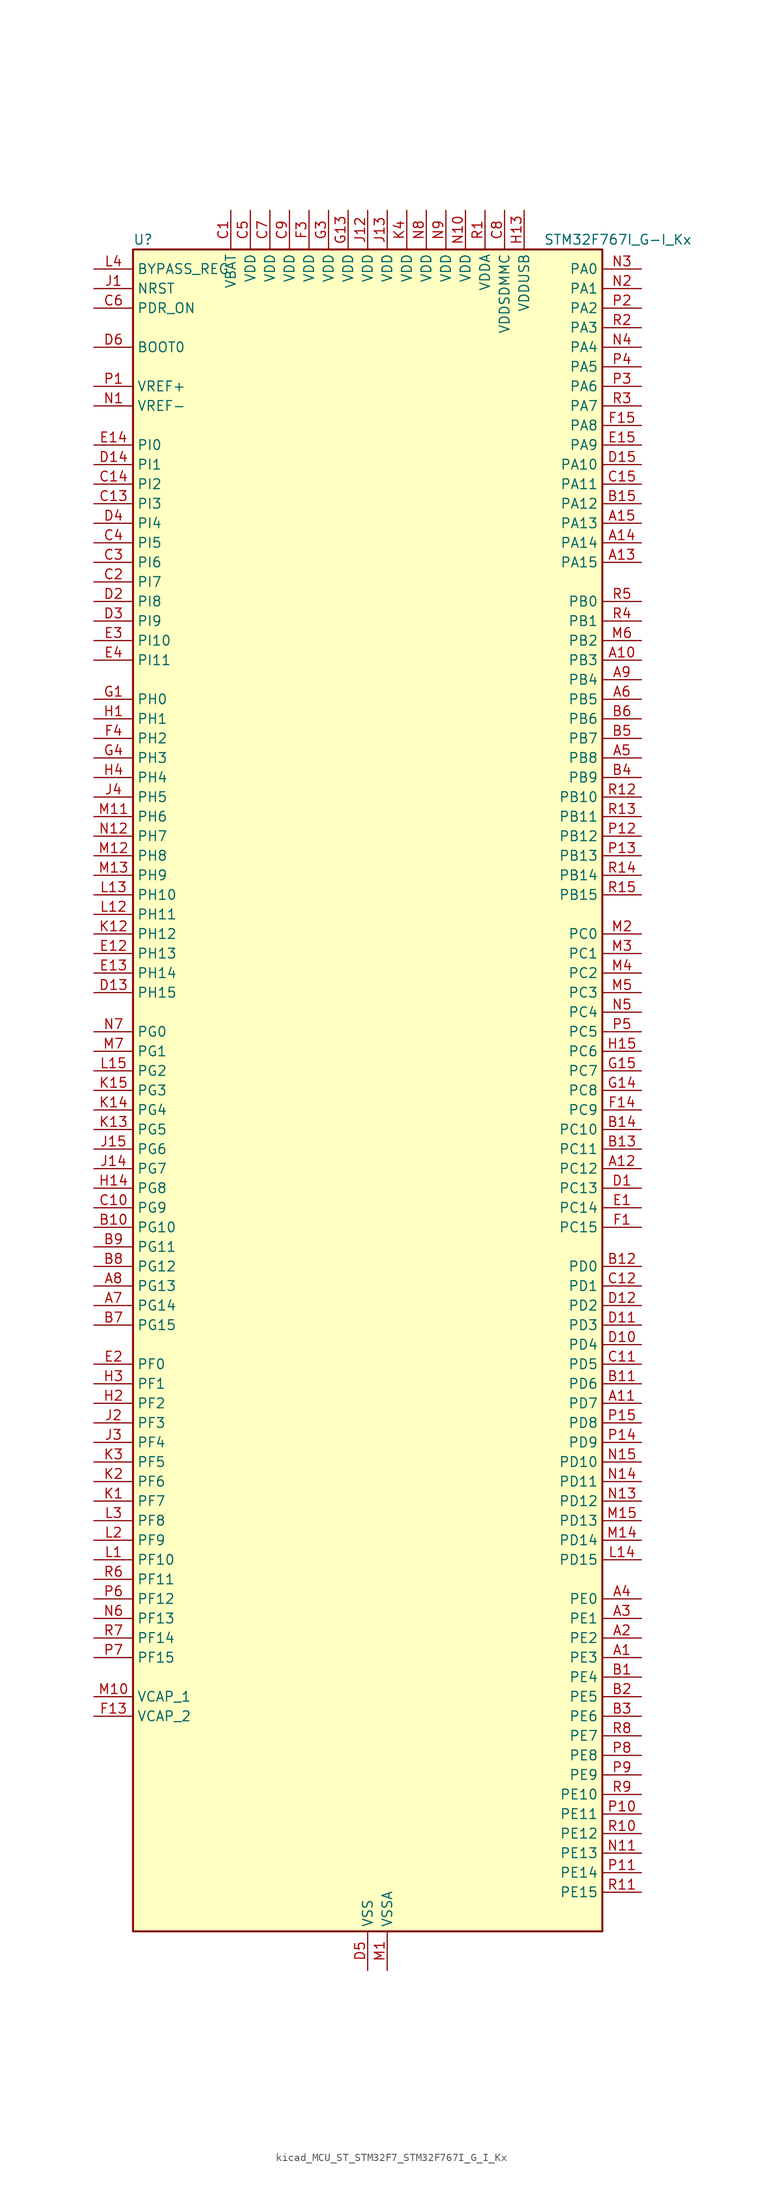
<source format=kicad_sym>
(kicad_symbol_lib
  (version 20220914)
  (generator kicad_symbol_editor)
  (symbol "kicad_MCU_ST_STM32F7_STM32F767I_G_I_Kx"
    (property "Reference" "U"
      (at -30.48 110.49 0)
      (effects (font (size 1.27 1.27)) (justify left)))
    (property "Value" "STM32F767I_G-I_Kx"
      (at 22.86 110.49 0)
      (effects (font (size 1.27 1.27)) (justify left)))
    (property "ki_locked" ""
      (at 0 0 0)
      (effects (font (size 1.27 1.27))))
    (symbol "kicad_MCU_ST_STM32F7_STM32F767I_G_I_Kx_0_1"
      (rectangle (start -30.48 -109.22) (end 30.48 109.22) (stroke (width 0.254) (type default)) (fill (type background))))
    (symbol "kicad_MCU_ST_STM32F7_STM32F767I_G_I_Kx_1_1"
      (pin bidirectional line (at 35.56 -73.66 180) (length 5.08) (name "PE3" (effects (font (size 1.27 1.27)))) (number "A1" (effects (font (size 1.27 1.27)))) (alternate "FMC_A19" bidirectional line) (alternate "SAI1_SD_B" bidirectional line) (alternate "SYS_TRACED0" bidirectional line))
      (pin bidirectional line (at 35.56 55.88 180) (length 5.08) (name "PB3" (effects (font (size 1.27 1.27)))) (number "A10" (effects (font (size 1.27 1.27)))) (alternate "CAN3_RX" bidirectional line) (alternate "I2S1_CK" bidirectional line) (alternate "I2S3_CK" bidirectional line) (alternate "SDMMC2_D2" bidirectional line) (alternate "SPI1_SCK" bidirectional line) (alternate "SPI3_SCK" bidirectional line) (alternate "SPI6_SCK" bidirectional line) (alternate "SYS_JTDO-SWO" bidirectional line) (alternate "TIM2_CH2" bidirectional line) (alternate "UART7_RX" bidirectional line))
      (pin bidirectional line (at 35.56 -40.64 180) (length 5.08) (name "PD7" (effects (font (size 1.27 1.27)))) (number "A11" (effects (font (size 1.27 1.27)))) (alternate "DFSDM1_CKIN1" bidirectional line) (alternate "DFSDM1_DATIN4" bidirectional line) (alternate "FMC_NE1" bidirectional line) (alternate "I2S1_SD" bidirectional line) (alternate "SDMMC2_CMD" bidirectional line) (alternate "SPDIFRX_IN0" bidirectional line) (alternate "SPI1_MOSI" bidirectional line) (alternate "USART2_CK" bidirectional line))
      (pin bidirectional line (at 35.56 -10.16 180) (length 5.08) (name "PC12" (effects (font (size 1.27 1.27)))) (number "A12" (effects (font (size 1.27 1.27)))) (alternate "DCMI_D9" bidirectional line) (alternate "I2S3_SD" bidirectional line) (alternate "SDMMC1_CK" bidirectional line) (alternate "SPI3_MOSI" bidirectional line) (alternate "SYS_TRACED3" bidirectional line) (alternate "UART5_TX" bidirectional line) (alternate "USART3_CK" bidirectional line))
      (pin bidirectional line (at 35.56 68.58 180) (length 5.08) (name "PA15" (effects (font (size 1.27 1.27)))) (number "A13" (effects (font (size 1.27 1.27)))) (alternate "CAN3_TX" bidirectional line) (alternate "CEC" bidirectional line) (alternate "I2S1_WS" bidirectional line) (alternate "I2S3_WS" bidirectional line) (alternate "SPI1_NSS" bidirectional line) (alternate "SPI3_NSS" bidirectional line) (alternate "SPI6_NSS" bidirectional line) (alternate "SYS_JTDI" bidirectional line) (alternate "TIM2_CH1" bidirectional line) (alternate "TIM2_ETR" bidirectional line) (alternate "UART4_DE" bidirectional line) (alternate "UART4_RTS" bidirectional line) (alternate "UART7_TX" bidirectional line))
      (pin bidirectional line (at 35.56 71.12 180) (length 5.08) (name "PA14" (effects (font (size 1.27 1.27)))) (number "A14" (effects (font (size 1.27 1.27)))) (alternate "SYS_JTCK-SWCLK" bidirectional line))
      (pin bidirectional line (at 35.56 73.66 180) (length 5.08) (name "PA13" (effects (font (size 1.27 1.27)))) (number "A15" (effects (font (size 1.27 1.27)))) (alternate "SYS_JTMS-SWDIO" bidirectional line))
      (pin bidirectional line (at 35.56 -71.12 180) (length 5.08) (name "PE2" (effects (font (size 1.27 1.27)))) (number "A2" (effects (font (size 1.27 1.27)))) (alternate "ETH_TXD3" bidirectional line) (alternate "FMC_A23" bidirectional line) (alternate "QUADSPI_BK1_IO2" bidirectional line) (alternate "SAI1_MCLK_A" bidirectional line) (alternate "SPI4_SCK" bidirectional line) (alternate "SYS_TRACECLK" bidirectional line))
      (pin bidirectional line (at 35.56 -68.58 180) (length 5.08) (name "PE1" (effects (font (size 1.27 1.27)))) (number "A3" (effects (font (size 1.27 1.27)))) (alternate "DCMI_D3" bidirectional line) (alternate "FMC_NBL1" bidirectional line) (alternate "LPTIM1_IN2" bidirectional line) (alternate "UART8_TX" bidirectional line))
      (pin bidirectional line (at 35.56 -66.04 180) (length 5.08) (name "PE0" (effects (font (size 1.27 1.27)))) (number "A4" (effects (font (size 1.27 1.27)))) (alternate "DCMI_D2" bidirectional line) (alternate "FMC_NBL0" bidirectional line) (alternate "LPTIM1_ETR" bidirectional line) (alternate "SAI2_MCLK_A" bidirectional line) (alternate "TIM4_ETR" bidirectional line) (alternate "UART8_RX" bidirectional line))
      (pin bidirectional line (at 35.56 43.18 180) (length 5.08) (name "PB8" (effects (font (size 1.27 1.27)))) (number "A5" (effects (font (size 1.27 1.27)))) (alternate "CAN1_RX" bidirectional line) (alternate "DCMI_D6" bidirectional line) (alternate "DFSDM1_CKIN7" bidirectional line) (alternate "ETH_TXD3" bidirectional line) (alternate "I2C1_SCL" bidirectional line) (alternate "I2C4_SCL" bidirectional line) (alternate "LTDC_B6" bidirectional line) (alternate "SDMMC1_D4" bidirectional line) (alternate "SDMMC2_D4" bidirectional line) (alternate "TIM10_CH1" bidirectional line) (alternate "TIM4_CH3" bidirectional line) (alternate "UART5_RX" bidirectional line))
      (pin bidirectional line (at 35.56 50.8 180) (length 5.08) (name "PB5" (effects (font (size 1.27 1.27)))) (number "A6" (effects (font (size 1.27 1.27)))) (alternate "CAN2_RX" bidirectional line) (alternate "DCMI_D10" bidirectional line) (alternate "ETH_PPS_OUT" bidirectional line) (alternate "FMC_SDCKE1" bidirectional line) (alternate "I2C1_SMBA" bidirectional line) (alternate "I2S1_SD" bidirectional line) (alternate "I2S3_SD" bidirectional line) (alternate "LTDC_G7" bidirectional line) (alternate "SPI1_MOSI" bidirectional line) (alternate "SPI3_MOSI" bidirectional line) (alternate "SPI6_MOSI" bidirectional line) (alternate "TIM3_CH2" bidirectional line) (alternate "UART5_RX" bidirectional line) (alternate "USB_OTG_HS_ULPI_D7" bidirectional line))
      (pin bidirectional line (at -35.56 -27.94 0) (length 5.08) (name "PG14" (effects (font (size 1.27 1.27)))) (number "A7" (effects (font (size 1.27 1.27)))) (alternate "ETH_TXD1" bidirectional line) (alternate "FMC_A25" bidirectional line) (alternate "LPTIM1_ETR" bidirectional line) (alternate "LTDC_B0" bidirectional line) (alternate "QUADSPI_BK2_IO3" bidirectional line) (alternate "SPI6_MOSI" bidirectional line) (alternate "SYS_TRACED1" bidirectional line) (alternate "USART6_TX" bidirectional line))
      (pin bidirectional line (at -35.56 -25.4 0) (length 5.08) (name "PG13" (effects (font (size 1.27 1.27)))) (number "A8" (effects (font (size 1.27 1.27)))) (alternate "ETH_TXD0" bidirectional line) (alternate "FMC_A24" bidirectional line) (alternate "LPTIM1_OUT" bidirectional line) (alternate "LTDC_R0" bidirectional line) (alternate "SPI6_SCK" bidirectional line) (alternate "SYS_TRACED0" bidirectional line) (alternate "USART6_CTS" bidirectional line))
      (pin bidirectional line (at 35.56 53.34 180) (length 5.08) (name "PB4" (effects (font (size 1.27 1.27)))) (number "A9" (effects (font (size 1.27 1.27)))) (alternate "CAN3_TX" bidirectional line) (alternate "I2S2_WS" bidirectional line) (alternate "SDMMC2_D3" bidirectional line) (alternate "SPI1_MISO" bidirectional line) (alternate "SPI2_NSS" bidirectional line) (alternate "SPI3_MISO" bidirectional line) (alternate "SPI6_MISO" bidirectional line) (alternate "SYS_JTRST" bidirectional line) (alternate "TIM3_CH1" bidirectional line) (alternate "UART7_TX" bidirectional line))
      (pin bidirectional line (at 35.56 -76.2 180) (length 5.08) (name "PE4" (effects (font (size 1.27 1.27)))) (number "B1" (effects (font (size 1.27 1.27)))) (alternate "DCMI_D4" bidirectional line) (alternate "DFSDM1_DATIN3" bidirectional line) (alternate "FMC_A20" bidirectional line) (alternate "LTDC_B0" bidirectional line) (alternate "SAI1_FS_A" bidirectional line) (alternate "SPI4_NSS" bidirectional line) (alternate "SYS_TRACED1" bidirectional line))
      (pin bidirectional line (at -35.56 -17.78 0) (length 5.08) (name "PG10" (effects (font (size 1.27 1.27)))) (number "B10" (effects (font (size 1.27 1.27)))) (alternate "DCMI_D2" bidirectional line) (alternate "FMC_NE3" bidirectional line) (alternate "I2S1_WS" bidirectional line) (alternate "LTDC_B2" bidirectional line) (alternate "LTDC_G3" bidirectional line) (alternate "SAI2_SD_B" bidirectional line) (alternate "SDMMC2_D1" bidirectional line) (alternate "SPI1_NSS" bidirectional line))
      (pin bidirectional line (at 35.56 -38.1 180) (length 5.08) (name "PD6" (effects (font (size 1.27 1.27)))) (number "B11" (effects (font (size 1.27 1.27)))) (alternate "DCMI_D10" bidirectional line) (alternate "DFSDM1_CKIN4" bidirectional line) (alternate "DFSDM1_DATIN1" bidirectional line) (alternate "FMC_NWAIT" bidirectional line) (alternate "I2S3_SD" bidirectional line) (alternate "LTDC_B2" bidirectional line) (alternate "SAI1_SD_A" bidirectional line) (alternate "SDMMC2_CK" bidirectional line) (alternate "SPI3_MOSI" bidirectional line) (alternate "USART2_RX" bidirectional line))
      (pin bidirectional line (at 35.56 -22.86 180) (length 5.08) (name "PD0" (effects (font (size 1.27 1.27)))) (number "B12" (effects (font (size 1.27 1.27)))) (alternate "CAN1_RX" bidirectional line) (alternate "DFSDM1_CKIN6" bidirectional line) (alternate "DFSDM1_DATIN7" bidirectional line) (alternate "FMC_D2" bidirectional line) (alternate "FMC_DA2" bidirectional line) (alternate "UART4_RX" bidirectional line))
      (pin bidirectional line (at 35.56 -7.62 180) (length 5.08) (name "PC11" (effects (font (size 1.27 1.27)))) (number "B13" (effects (font (size 1.27 1.27)))) (alternate "ADC1_EXTI11" bidirectional line) (alternate "ADC2_EXTI11" bidirectional line) (alternate "ADC3_EXTI11" bidirectional line) (alternate "DCMI_D4" bidirectional line) (alternate "DFSDM1_DATIN5" bidirectional line) (alternate "QUADSPI_BK2_NCS" bidirectional line) (alternate "SDMMC1_D3" bidirectional line) (alternate "SPI3_MISO" bidirectional line) (alternate "UART4_RX" bidirectional line) (alternate "USART3_RX" bidirectional line))
      (pin bidirectional line (at 35.56 -5.08 180) (length 5.08) (name "PC10" (effects (font (size 1.27 1.27)))) (number "B14" (effects (font (size 1.27 1.27)))) (alternate "DCMI_D8" bidirectional line) (alternate "DFSDM1_CKIN5" bidirectional line) (alternate "I2S3_CK" bidirectional line) (alternate "LTDC_R2" bidirectional line) (alternate "QUADSPI_BK1_IO1" bidirectional line) (alternate "SDMMC1_D2" bidirectional line) (alternate "SPI3_SCK" bidirectional line) (alternate "UART4_TX" bidirectional line) (alternate "USART3_TX" bidirectional line))
      (pin bidirectional line (at 35.56 76.2 180) (length 5.08) (name "PA12" (effects (font (size 1.27 1.27)))) (number "B15" (effects (font (size 1.27 1.27)))) (alternate "CAN1_TX" bidirectional line) (alternate "I2S2_CK" bidirectional line) (alternate "LTDC_R5" bidirectional line) (alternate "SAI2_FS_B" bidirectional line) (alternate "SPI2_SCK" bidirectional line) (alternate "TIM1_ETR" bidirectional line) (alternate "UART4_TX" bidirectional line) (alternate "USART1_DE" bidirectional line) (alternate "USART1_RTS" bidirectional line) (alternate "USB_OTG_FS_DP" bidirectional line))
      (pin bidirectional line (at 35.56 -78.74 180) (length 5.08) (name "PE5" (effects (font (size 1.27 1.27)))) (number "B2" (effects (font (size 1.27 1.27)))) (alternate "DCMI_D6" bidirectional line) (alternate "DFSDM1_CKIN3" bidirectional line) (alternate "FMC_A21" bidirectional line) (alternate "LTDC_G0" bidirectional line) (alternate "SAI1_SCK_A" bidirectional line) (alternate "SPI4_MISO" bidirectional line) (alternate "SYS_TRACED2" bidirectional line) (alternate "TIM9_CH1" bidirectional line))
      (pin bidirectional line (at 35.56 -81.28 180) (length 5.08) (name "PE6" (effects (font (size 1.27 1.27)))) (number "B3" (effects (font (size 1.27 1.27)))) (alternate "DCMI_D7" bidirectional line) (alternate "FMC_A22" bidirectional line) (alternate "LTDC_G1" bidirectional line) (alternate "SAI1_SD_A" bidirectional line) (alternate "SAI2_MCLK_B" bidirectional line) (alternate "SPI4_MOSI" bidirectional line) (alternate "SYS_TRACED3" bidirectional line) (alternate "TIM1_BKIN2" bidirectional line) (alternate "TIM9_CH2" bidirectional line))
      (pin bidirectional line (at 35.56 40.64 180) (length 5.08) (name "PB9" (effects (font (size 1.27 1.27)))) (number "B4" (effects (font (size 1.27 1.27)))) (alternate "CAN1_TX" bidirectional line) (alternate "DAC_EXTI9" bidirectional line) (alternate "DCMI_D7" bidirectional line) (alternate "DFSDM1_DATIN7" bidirectional line) (alternate "I2C1_SDA" bidirectional line) (alternate "I2C4_SDA" bidirectional line) (alternate "I2C4_SMBA" bidirectional line) (alternate "I2S2_WS" bidirectional line) (alternate "LTDC_B7" bidirectional line) (alternate "SDMMC1_D5" bidirectional line) (alternate "SDMMC2_D5" bidirectional line) (alternate "SPI2_NSS" bidirectional line) (alternate "TIM11_CH1" bidirectional line) (alternate "TIM4_CH4" bidirectional line) (alternate "UART5_TX" bidirectional line))
      (pin bidirectional line (at 35.56 45.72 180) (length 5.08) (name "PB7" (effects (font (size 1.27 1.27)))) (number "B5" (effects (font (size 1.27 1.27)))) (alternate "DCMI_VSYNC" bidirectional line) (alternate "DFSDM1_CKIN5" bidirectional line) (alternate "FMC_NL" bidirectional line) (alternate "I2C1_SDA" bidirectional line) (alternate "I2C4_SDA" bidirectional line) (alternate "TIM4_CH2" bidirectional line) (alternate "USART1_RX" bidirectional line))
      (pin bidirectional line (at 35.56 48.26 180) (length 5.08) (name "PB6" (effects (font (size 1.27 1.27)))) (number "B6" (effects (font (size 1.27 1.27)))) (alternate "CAN2_TX" bidirectional line) (alternate "CEC" bidirectional line) (alternate "DCMI_D5" bidirectional line) (alternate "DFSDM1_DATIN5" bidirectional line) (alternate "FMC_SDNE1" bidirectional line) (alternate "I2C1_SCL" bidirectional line) (alternate "I2C4_SCL" bidirectional line) (alternate "QUADSPI_BK1_NCS" bidirectional line) (alternate "TIM4_CH1" bidirectional line) (alternate "UART5_TX" bidirectional line) (alternate "USART1_TX" bidirectional line))
      (pin bidirectional line (at -35.56 -30.48 0) (length 5.08) (name "PG15" (effects (font (size 1.27 1.27)))) (number "B7" (effects (font (size 1.27 1.27)))) (alternate "DCMI_D13" bidirectional line) (alternate "FMC_SDNCAS" bidirectional line) (alternate "USART6_CTS" bidirectional line))
      (pin bidirectional line (at -35.56 -22.86 0) (length 5.08) (name "PG12" (effects (font (size 1.27 1.27)))) (number "B8" (effects (font (size 1.27 1.27)))) (alternate "FMC_NE4" bidirectional line) (alternate "LPTIM1_IN1" bidirectional line) (alternate "LTDC_B1" bidirectional line) (alternate "LTDC_B4" bidirectional line) (alternate "SDMMC2_D3" bidirectional line) (alternate "SPDIFRX_IN1" bidirectional line) (alternate "SPI6_MISO" bidirectional line) (alternate "USART6_DE" bidirectional line) (alternate "USART6_RTS" bidirectional line))
      (pin bidirectional line (at -35.56 -20.32 0) (length 5.08) (name "PG11" (effects (font (size 1.27 1.27)))) (number "B9" (effects (font (size 1.27 1.27)))) (alternate "ADC1_EXTI11" bidirectional line) (alternate "ADC2_EXTI11" bidirectional line) (alternate "ADC3_EXTI11" bidirectional line) (alternate "DCMI_D3" bidirectional line) (alternate "ETH_TX_EN" bidirectional line) (alternate "I2S1_CK" bidirectional line) (alternate "LTDC_B3" bidirectional line) (alternate "SDMMC2_D2" bidirectional line) (alternate "SPDIFRX_IN0" bidirectional line) (alternate "SPI1_SCK" bidirectional line))
      (pin power_in line (at -17.78 114.3 270) (length 5.08) (name "VBAT" (effects (font (size 1.27 1.27)))) (number "C1" (effects (font (size 1.27 1.27)))))
      (pin bidirectional line (at -35.56 -15.24 0) (length 5.08) (name "PG9" (effects (font (size 1.27 1.27)))) (number "C10" (effects (font (size 1.27 1.27)))) (alternate "DAC_EXTI9" bidirectional line) (alternate "DCMI_VSYNC" bidirectional line) (alternate "FMC_NCE" bidirectional line) (alternate "FMC_NE2" bidirectional line) (alternate "QUADSPI_BK2_IO2" bidirectional line) (alternate "SAI2_FS_B" bidirectional line) (alternate "SDMMC2_D0" bidirectional line) (alternate "SPDIFRX_IN3" bidirectional line) (alternate "SPI1_MISO" bidirectional line) (alternate "USART6_RX" bidirectional line))
      (pin bidirectional line (at 35.56 -35.56 180) (length 5.08) (name "PD5" (effects (font (size 1.27 1.27)))) (number "C11" (effects (font (size 1.27 1.27)))) (alternate "FMC_NWE" bidirectional line) (alternate "USART2_TX" bidirectional line))
      (pin bidirectional line (at 35.56 -25.4 180) (length 5.08) (name "PD1" (effects (font (size 1.27 1.27)))) (number "C12" (effects (font (size 1.27 1.27)))) (alternate "CAN1_TX" bidirectional line) (alternate "DFSDM1_CKIN7" bidirectional line) (alternate "DFSDM1_DATIN6" bidirectional line) (alternate "FMC_D3" bidirectional line) (alternate "FMC_DA3" bidirectional line) (alternate "UART4_TX" bidirectional line))
      (pin bidirectional line (at -35.56 76.2 0) (length 5.08) (name "PI3" (effects (font (size 1.27 1.27)))) (number "C13" (effects (font (size 1.27 1.27)))) (alternate "DCMI_D10" bidirectional line) (alternate "FMC_D27" bidirectional line) (alternate "I2S2_SD" bidirectional line) (alternate "SPI2_MOSI" bidirectional line) (alternate "TIM8_ETR" bidirectional line))
      (pin bidirectional line (at -35.56 78.74 0) (length 5.08) (name "PI2" (effects (font (size 1.27 1.27)))) (number "C14" (effects (font (size 1.27 1.27)))) (alternate "DCMI_D9" bidirectional line) (alternate "FMC_D26" bidirectional line) (alternate "LTDC_G7" bidirectional line) (alternate "SPI2_MISO" bidirectional line) (alternate "TIM8_CH4" bidirectional line))
      (pin bidirectional line (at 35.56 78.74 180) (length 5.08) (name "PA11" (effects (font (size 1.27 1.27)))) (number "C15" (effects (font (size 1.27 1.27)))) (alternate "ADC1_EXTI11" bidirectional line) (alternate "ADC2_EXTI11" bidirectional line) (alternate "ADC3_EXTI11" bidirectional line) (alternate "CAN1_RX" bidirectional line) (alternate "I2S2_WS" bidirectional line) (alternate "LTDC_R4" bidirectional line) (alternate "SPI2_NSS" bidirectional line) (alternate "TIM1_CH4" bidirectional line) (alternate "UART4_RX" bidirectional line) (alternate "USART1_CTS" bidirectional line) (alternate "USB_OTG_FS_DM" bidirectional line))
      (pin bidirectional line (at -35.56 66.04 0) (length 5.08) (name "PI7" (effects (font (size 1.27 1.27)))) (number "C2" (effects (font (size 1.27 1.27)))) (alternate "DCMI_D7" bidirectional line) (alternate "FMC_D29" bidirectional line) (alternate "LTDC_B7" bidirectional line) (alternate "SAI2_FS_A" bidirectional line) (alternate "TIM8_CH3" bidirectional line))
      (pin bidirectional line (at -35.56 68.58 0) (length 5.08) (name "PI6" (effects (font (size 1.27 1.27)))) (number "C3" (effects (font (size 1.27 1.27)))) (alternate "DCMI_D6" bidirectional line) (alternate "FMC_D28" bidirectional line) (alternate "LTDC_B6" bidirectional line) (alternate "SAI2_SD_A" bidirectional line) (alternate "TIM8_CH2" bidirectional line))
      (pin bidirectional line (at -35.56 71.12 0) (length 5.08) (name "PI5" (effects (font (size 1.27 1.27)))) (number "C4" (effects (font (size 1.27 1.27)))) (alternate "DCMI_VSYNC" bidirectional line) (alternate "FMC_NBL3" bidirectional line) (alternate "LTDC_B5" bidirectional line) (alternate "SAI2_SCK_A" bidirectional line) (alternate "TIM8_CH1" bidirectional line))
      (pin power_in line (at -15.24 114.3 270) (length 5.08) (name "VDD" (effects (font (size 1.27 1.27)))) (number "C5" (effects (font (size 1.27 1.27)))))
      (pin input line (at -35.56 101.6 0) (length 5.08) (name "PDR_ON" (effects (font (size 1.27 1.27)))) (number "C6" (effects (font (size 1.27 1.27)))))
      (pin power_in line (at -12.7 114.3 270) (length 5.08) (name "VDD" (effects (font (size 1.27 1.27)))) (number "C7" (effects (font (size 1.27 1.27)))))
      (pin power_in line (at 17.78 114.3 270) (length 5.08) (name "VDDSDMMC" (effects (font (size 1.27 1.27)))) (number "C8" (effects (font (size 1.27 1.27)))))
      (pin power_in line (at -10.16 114.3 270) (length 5.08) (name "VDD" (effects (font (size 1.27 1.27)))) (number "C9" (effects (font (size 1.27 1.27)))))
      (pin bidirectional line (at 35.56 -12.7 180) (length 5.08) (name "PC13" (effects (font (size 1.27 1.27)))) (number "D1" (effects (font (size 1.27 1.27)))) (alternate "RTC_OUT" bidirectional line) (alternate "RTC_TAMP1" bidirectional line) (alternate "RTC_TS" bidirectional line) (alternate "SYS_WKUP4" bidirectional line))
      (pin bidirectional line (at 35.56 -33.02 180) (length 5.08) (name "PD4" (effects (font (size 1.27 1.27)))) (number "D10" (effects (font (size 1.27 1.27)))) (alternate "DFSDM1_CKIN0" bidirectional line) (alternate "FMC_NOE" bidirectional line) (alternate "USART2_DE" bidirectional line) (alternate "USART2_RTS" bidirectional line))
      (pin bidirectional line (at 35.56 -30.48 180) (length 5.08) (name "PD3" (effects (font (size 1.27 1.27)))) (number "D11" (effects (font (size 1.27 1.27)))) (alternate "DCMI_D5" bidirectional line) (alternate "DFSDM1_CKOUT" bidirectional line) (alternate "DFSDM1_DATIN0" bidirectional line) (alternate "FMC_CLK" bidirectional line) (alternate "I2S2_CK" bidirectional line) (alternate "LTDC_G7" bidirectional line) (alternate "SPI2_SCK" bidirectional line) (alternate "USART2_CTS" bidirectional line))
      (pin bidirectional line (at 35.56 -27.94 180) (length 5.08) (name "PD2" (effects (font (size 1.27 1.27)))) (number "D12" (effects (font (size 1.27 1.27)))) (alternate "DCMI_D11" bidirectional line) (alternate "SDMMC1_CMD" bidirectional line) (alternate "SYS_TRACED2" bidirectional line) (alternate "TIM3_ETR" bidirectional line) (alternate "UART5_RX" bidirectional line))
      (pin bidirectional line (at -35.56 12.7 0) (length 5.08) (name "PH15" (effects (font (size 1.27 1.27)))) (number "D13" (effects (font (size 1.27 1.27)))) (alternate "DCMI_D11" bidirectional line) (alternate "FMC_D23" bidirectional line) (alternate "LTDC_G4" bidirectional line) (alternate "TIM8_CH3N" bidirectional line))
      (pin bidirectional line (at -35.56 81.28 0) (length 5.08) (name "PI1" (effects (font (size 1.27 1.27)))) (number "D14" (effects (font (size 1.27 1.27)))) (alternate "DCMI_D8" bidirectional line) (alternate "FMC_D25" bidirectional line) (alternate "I2S2_CK" bidirectional line) (alternate "LTDC_G6" bidirectional line) (alternate "SPI2_SCK" bidirectional line) (alternate "TIM8_BKIN2" bidirectional line))
      (pin bidirectional line (at 35.56 81.28 180) (length 5.08) (name "PA10" (effects (font (size 1.27 1.27)))) (number "D15" (effects (font (size 1.27 1.27)))) (alternate "DCMI_D1" bidirectional line) (alternate "LTDC_B1" bidirectional line) (alternate "LTDC_B4" bidirectional line) (alternate "MDIOS_MDIO" bidirectional line) (alternate "TIM1_CH3" bidirectional line) (alternate "USART1_RX" bidirectional line) (alternate "USB_OTG_FS_ID" bidirectional line))
      (pin bidirectional line (at -35.56 63.5 0) (length 5.08) (name "PI8" (effects (font (size 1.27 1.27)))) (number "D2" (effects (font (size 1.27 1.27)))) (alternate "RTC_TAMP2" bidirectional line) (alternate "RTC_TS" bidirectional line) (alternate "SYS_WKUP5" bidirectional line))
      (pin bidirectional line (at -35.56 60.96 0) (length 5.08) (name "PI9" (effects (font (size 1.27 1.27)))) (number "D3" (effects (font (size 1.27 1.27)))) (alternate "CAN1_RX" bidirectional line) (alternate "DAC_EXTI9" bidirectional line) (alternate "FMC_D30" bidirectional line) (alternate "LTDC_VSYNC" bidirectional line) (alternate "UART4_RX" bidirectional line))
      (pin bidirectional line (at -35.56 73.66 0) (length 5.08) (name "PI4" (effects (font (size 1.27 1.27)))) (number "D4" (effects (font (size 1.27 1.27)))) (alternate "DCMI_D5" bidirectional line) (alternate "FMC_NBL2" bidirectional line) (alternate "LTDC_B4" bidirectional line) (alternate "SAI2_MCLK_A" bidirectional line) (alternate "TIM8_BKIN" bidirectional line))
      (pin power_in line (at 0 -114.3 90) (length 5.08) (name "VSS" (effects (font (size 1.27 1.27)))) (number "D5" (effects (font (size 1.27 1.27)))))
      (pin input line (at -35.56 96.52 0) (length 5.08) (name "BOOT0" (effects (font (size 1.27 1.27)))) (number "D6" (effects (font (size 1.27 1.27)))))
      (pin passive line (at 0 -114.3 90) (length 5.08) hide (name "VSS" (effects (font (size 1.27 1.27)))) (number "D7" (effects (font (size 1.27 1.27)))))
      (pin passive line (at 0 -114.3 90) (length 5.08) hide (name "VSS" (effects (font (size 1.27 1.27)))) (number "D8" (effects (font (size 1.27 1.27)))))
      (pin passive line (at 0 -114.3 90) (length 5.08) hide (name "VSS" (effects (font (size 1.27 1.27)))) (number "D9" (effects (font (size 1.27 1.27)))))
      (pin bidirectional line (at 35.56 -15.24 180) (length 5.08) (name "PC14" (effects (font (size 1.27 1.27)))) (number "E1" (effects (font (size 1.27 1.27)))) (alternate "RCC_OSC32_IN" bidirectional line))
      (pin bidirectional line (at -35.56 17.78 0) (length 5.08) (name "PH13" (effects (font (size 1.27 1.27)))) (number "E12" (effects (font (size 1.27 1.27)))) (alternate "CAN1_TX" bidirectional line) (alternate "FMC_D21" bidirectional line) (alternate "LTDC_G2" bidirectional line) (alternate "TIM8_CH1N" bidirectional line) (alternate "UART4_TX" bidirectional line))
      (pin bidirectional line (at -35.56 15.24 0) (length 5.08) (name "PH14" (effects (font (size 1.27 1.27)))) (number "E13" (effects (font (size 1.27 1.27)))) (alternate "CAN1_RX" bidirectional line) (alternate "DCMI_D4" bidirectional line) (alternate "FMC_D22" bidirectional line) (alternate "LTDC_G3" bidirectional line) (alternate "TIM8_CH2N" bidirectional line) (alternate "UART4_RX" bidirectional line))
      (pin bidirectional line (at -35.56 83.82 0) (length 5.08) (name "PI0" (effects (font (size 1.27 1.27)))) (number "E14" (effects (font (size 1.27 1.27)))) (alternate "DCMI_D13" bidirectional line) (alternate "FMC_D24" bidirectional line) (alternate "I2S2_WS" bidirectional line) (alternate "LTDC_G5" bidirectional line) (alternate "SPI2_NSS" bidirectional line) (alternate "TIM5_CH4" bidirectional line))
      (pin bidirectional line (at 35.56 83.82 180) (length 5.08) (name "PA9" (effects (font (size 1.27 1.27)))) (number "E15" (effects (font (size 1.27 1.27)))) (alternate "DAC_EXTI9" bidirectional line) (alternate "DCMI_D0" bidirectional line) (alternate "I2C3_SMBA" bidirectional line) (alternate "I2S2_CK" bidirectional line) (alternate "LTDC_R5" bidirectional line) (alternate "SPI2_SCK" bidirectional line) (alternate "TIM1_CH2" bidirectional line) (alternate "USART1_TX" bidirectional line) (alternate "USB_OTG_FS_VBUS" bidirectional line))
      (pin bidirectional line (at -35.56 -35.56 0) (length 5.08) (name "PF0" (effects (font (size 1.27 1.27)))) (number "E2" (effects (font (size 1.27 1.27)))) (alternate "FMC_A0" bidirectional line) (alternate "I2C2_SDA" bidirectional line))
      (pin bidirectional line (at -35.56 58.42 0) (length 5.08) (name "PI10" (effects (font (size 1.27 1.27)))) (number "E3" (effects (font (size 1.27 1.27)))) (alternate "ETH_RX_ER" bidirectional line) (alternate "FMC_D31" bidirectional line) (alternate "LTDC_HSYNC" bidirectional line))
      (pin bidirectional line (at -35.56 55.88 0) (length 5.08) (name "PI11" (effects (font (size 1.27 1.27)))) (number "E4" (effects (font (size 1.27 1.27)))) (alternate "ADC1_EXTI11" bidirectional line) (alternate "ADC2_EXTI11" bidirectional line) (alternate "ADC3_EXTI11" bidirectional line) (alternate "LTDC_G6" bidirectional line) (alternate "SYS_WKUP6" bidirectional line) (alternate "USB_OTG_HS_ULPI_DIR" bidirectional line))
      (pin bidirectional line (at 35.56 -17.78 180) (length 5.08) (name "PC15" (effects (font (size 1.27 1.27)))) (number "F1" (effects (font (size 1.27 1.27)))) (alternate "RCC_OSC32_OUT" bidirectional line))
      (pin passive line (at 0 -114.3 90) (length 5.08) hide (name "VSS" (effects (font (size 1.27 1.27)))) (number "F10" (effects (font (size 1.27 1.27)))))
      (pin passive line (at 0 -114.3 90) (length 5.08) hide (name "VSS" (effects (font (size 1.27 1.27)))) (number "F12" (effects (font (size 1.27 1.27)))))
      (pin power_out line (at -35.56 -81.28 0) (length 5.08) (name "VCAP_2" (effects (font (size 1.27 1.27)))) (number "F13" (effects (font (size 1.27 1.27)))))
      (pin bidirectional line (at 35.56 -2.54 180) (length 5.08) (name "PC9" (effects (font (size 1.27 1.27)))) (number "F14" (effects (font (size 1.27 1.27)))) (alternate "DAC_EXTI9" bidirectional line) (alternate "DCMI_D3" bidirectional line) (alternate "I2C3_SDA" bidirectional line) (alternate "I2S_CKIN" bidirectional line) (alternate "LTDC_B2" bidirectional line) (alternate "LTDC_G3" bidirectional line) (alternate "QUADSPI_BK1_IO0" bidirectional line) (alternate "RCC_MCO_2" bidirectional line) (alternate "SDMMC1_D1" bidirectional line) (alternate "TIM3_CH4" bidirectional line) (alternate "TIM8_CH4" bidirectional line) (alternate "UART5_CTS" bidirectional line))
      (pin bidirectional line (at 35.56 86.36 180) (length 5.08) (name "PA8" (effects (font (size 1.27 1.27)))) (number "F15" (effects (font (size 1.27 1.27)))) (alternate "CAN3_RX" bidirectional line) (alternate "I2C3_SCL" bidirectional line) (alternate "LTDC_B3" bidirectional line) (alternate "LTDC_R6" bidirectional line) (alternate "RCC_MCO_1" bidirectional line) (alternate "TIM1_CH1" bidirectional line) (alternate "TIM8_BKIN2" bidirectional line) (alternate "UART7_RX" bidirectional line) (alternate "USART1_CK" bidirectional line) (alternate "USB_OTG_FS_SOF" bidirectional line))
      (pin passive line (at 0 -114.3 90) (length 5.08) hide (name "VSS" (effects (font (size 1.27 1.27)))) (number "F2" (effects (font (size 1.27 1.27)))))
      (pin power_in line (at -7.62 114.3 270) (length 5.08) (name "VDD" (effects (font (size 1.27 1.27)))) (number "F3" (effects (font (size 1.27 1.27)))))
      (pin bidirectional line (at -35.56 45.72 0) (length 5.08) (name "PH2" (effects (font (size 1.27 1.27)))) (number "F4" (effects (font (size 1.27 1.27)))) (alternate "ETH_CRS" bidirectional line) (alternate "FMC_SDCKE0" bidirectional line) (alternate "LPTIM1_IN2" bidirectional line) (alternate "LTDC_R0" bidirectional line) (alternate "QUADSPI_BK2_IO0" bidirectional line) (alternate "SAI2_SCK_B" bidirectional line))
      (pin passive line (at 0 -114.3 90) (length 5.08) hide (name "VSS" (effects (font (size 1.27 1.27)))) (number "F6" (effects (font (size 1.27 1.27)))))
      (pin passive line (at 0 -114.3 90) (length 5.08) hide (name "VSS" (effects (font (size 1.27 1.27)))) (number "F7" (effects (font (size 1.27 1.27)))))
      (pin passive line (at 0 -114.3 90) (length 5.08) hide (name "VSS" (effects (font (size 1.27 1.27)))) (number "F8" (effects (font (size 1.27 1.27)))))
      (pin passive line (at 0 -114.3 90) (length 5.08) hide (name "VSS" (effects (font (size 1.27 1.27)))) (number "F9" (effects (font (size 1.27 1.27)))))
      (pin bidirectional line (at -35.56 50.8 0) (length 5.08) (name "PH0" (effects (font (size 1.27 1.27)))) (number "G1" (effects (font (size 1.27 1.27)))) (alternate "RCC_OSC_IN" bidirectional line))
      (pin passive line (at 0 -114.3 90) (length 5.08) hide (name "VSS" (effects (font (size 1.27 1.27)))) (number "G10" (effects (font (size 1.27 1.27)))))
      (pin passive line (at 0 -114.3 90) (length 5.08) hide (name "VSS" (effects (font (size 1.27 1.27)))) (number "G12" (effects (font (size 1.27 1.27)))))
      (pin power_in line (at -2.54 114.3 270) (length 5.08) (name "VDD" (effects (font (size 1.27 1.27)))) (number "G13" (effects (font (size 1.27 1.27)))))
      (pin bidirectional line (at 35.56 0 180) (length 5.08) (name "PC8" (effects (font (size 1.27 1.27)))) (number "G14" (effects (font (size 1.27 1.27)))) (alternate "DCMI_D2" bidirectional line) (alternate "FMC_NCE" bidirectional line) (alternate "FMC_NE2" bidirectional line) (alternate "SDMMC1_D0" bidirectional line) (alternate "SYS_TRACED1" bidirectional line) (alternate "TIM3_CH3" bidirectional line) (alternate "TIM8_CH3" bidirectional line) (alternate "UART5_DE" bidirectional line) (alternate "UART5_RTS" bidirectional line) (alternate "USART6_CK" bidirectional line))
      (pin bidirectional line (at 35.56 2.54 180) (length 5.08) (name "PC7" (effects (font (size 1.27 1.27)))) (number "G15" (effects (font (size 1.27 1.27)))) (alternate "DCMI_D1" bidirectional line) (alternate "DFSDM1_DATIN3" bidirectional line) (alternate "FMC_NE1" bidirectional line) (alternate "I2S3_MCK" bidirectional line) (alternate "LTDC_G6" bidirectional line) (alternate "SDMMC1_D7" bidirectional line) (alternate "SDMMC2_D7" bidirectional line) (alternate "TIM3_CH2" bidirectional line) (alternate "TIM8_CH2" bidirectional line) (alternate "USART6_RX" bidirectional line))
      (pin passive line (at 0 -114.3 90) (length 5.08) hide (name "VSS" (effects (font (size 1.27 1.27)))) (number "G2" (effects (font (size 1.27 1.27)))))
      (pin power_in line (at -5.08 114.3 270) (length 5.08) (name "VDD" (effects (font (size 1.27 1.27)))) (number "G3" (effects (font (size 1.27 1.27)))))
      (pin bidirectional line (at -35.56 43.18 0) (length 5.08) (name "PH3" (effects (font (size 1.27 1.27)))) (number "G4" (effects (font (size 1.27 1.27)))) (alternate "ETH_COL" bidirectional line) (alternate "FMC_SDNE0" bidirectional line) (alternate "LTDC_R1" bidirectional line) (alternate "QUADSPI_BK2_IO1" bidirectional line) (alternate "SAI2_MCLK_B" bidirectional line))
      (pin passive line (at 0 -114.3 90) (length 5.08) hide (name "VSS" (effects (font (size 1.27 1.27)))) (number "G6" (effects (font (size 1.27 1.27)))))
      (pin passive line (at 0 -114.3 90) (length 5.08) hide (name "VSS" (effects (font (size 1.27 1.27)))) (number "G7" (effects (font (size 1.27 1.27)))))
      (pin passive line (at 0 -114.3 90) (length 5.08) hide (name "VSS" (effects (font (size 1.27 1.27)))) (number "G8" (effects (font (size 1.27 1.27)))))
      (pin passive line (at 0 -114.3 90) (length 5.08) hide (name "VSS" (effects (font (size 1.27 1.27)))) (number "G9" (effects (font (size 1.27 1.27)))))
      (pin bidirectional line (at -35.56 48.26 0) (length 5.08) (name "PH1" (effects (font (size 1.27 1.27)))) (number "H1" (effects (font (size 1.27 1.27)))) (alternate "RCC_OSC_OUT" bidirectional line))
      (pin passive line (at 0 -114.3 90) (length 5.08) hide (name "VSS" (effects (font (size 1.27 1.27)))) (number "H10" (effects (font (size 1.27 1.27)))))
      (pin passive line (at 0 -114.3 90) (length 5.08) hide (name "VSS" (effects (font (size 1.27 1.27)))) (number "H12" (effects (font (size 1.27 1.27)))))
      (pin power_in line (at 20.32 114.3 270) (length 5.08) (name "VDDUSB" (effects (font (size 1.27 1.27)))) (number "H13" (effects (font (size 1.27 1.27)))))
      (pin bidirectional line (at -35.56 -12.7 0) (length 5.08) (name "PG8" (effects (font (size 1.27 1.27)))) (number "H14" (effects (font (size 1.27 1.27)))) (alternate "ETH_PPS_OUT" bidirectional line) (alternate "FMC_SDCLK" bidirectional line) (alternate "LTDC_G7" bidirectional line) (alternate "SPDIFRX_IN2" bidirectional line) (alternate "SPI6_NSS" bidirectional line) (alternate "USART6_DE" bidirectional line) (alternate "USART6_RTS" bidirectional line))
      (pin bidirectional line (at 35.56 5.08 180) (length 5.08) (name "PC6" (effects (font (size 1.27 1.27)))) (number "H15" (effects (font (size 1.27 1.27)))) (alternate "DCMI_D0" bidirectional line) (alternate "DFSDM1_CKIN3" bidirectional line) (alternate "FMC_NWAIT" bidirectional line) (alternate "I2S2_MCK" bidirectional line) (alternate "LTDC_HSYNC" bidirectional line) (alternate "SDMMC1_D6" bidirectional line) (alternate "SDMMC2_D6" bidirectional line) (alternate "TIM3_CH1" bidirectional line) (alternate "TIM8_CH1" bidirectional line) (alternate "USART6_TX" bidirectional line))
      (pin bidirectional line (at -35.56 -40.64 0) (length 5.08) (name "PF2" (effects (font (size 1.27 1.27)))) (number "H2" (effects (font (size 1.27 1.27)))) (alternate "FMC_A2" bidirectional line) (alternate "I2C2_SMBA" bidirectional line))
      (pin bidirectional line (at -35.56 -38.1 0) (length 5.08) (name "PF1" (effects (font (size 1.27 1.27)))) (number "H3" (effects (font (size 1.27 1.27)))) (alternate "FMC_A1" bidirectional line) (alternate "I2C2_SCL" bidirectional line))
      (pin bidirectional line (at -35.56 40.64 0) (length 5.08) (name "PH4" (effects (font (size 1.27 1.27)))) (number "H4" (effects (font (size 1.27 1.27)))) (alternate "I2C2_SCL" bidirectional line) (alternate "LTDC_G4" bidirectional line) (alternate "LTDC_G5" bidirectional line) (alternate "USB_OTG_HS_ULPI_NXT" bidirectional line))
      (pin passive line (at 0 -114.3 90) (length 5.08) hide (name "VSS" (effects (font (size 1.27 1.27)))) (number "H6" (effects (font (size 1.27 1.27)))))
      (pin passive line (at 0 -114.3 90) (length 5.08) hide (name "VSS" (effects (font (size 1.27 1.27)))) (number "H7" (effects (font (size 1.27 1.27)))))
      (pin passive line (at 0 -114.3 90) (length 5.08) hide (name "VSS" (effects (font (size 1.27 1.27)))) (number "H8" (effects (font (size 1.27 1.27)))))
      (pin passive line (at 0 -114.3 90) (length 5.08) hide (name "VSS" (effects (font (size 1.27 1.27)))) (number "H9" (effects (font (size 1.27 1.27)))))
      (pin input line (at -35.56 104.14 0) (length 5.08) (name "NRST" (effects (font (size 1.27 1.27)))) (number "J1" (effects (font (size 1.27 1.27)))))
      (pin passive line (at 0 -114.3 90) (length 5.08) hide (name "VSS" (effects (font (size 1.27 1.27)))) (number "J10" (effects (font (size 1.27 1.27)))))
      (pin power_in line (at 0 114.3 270) (length 5.08) (name "VDD" (effects (font (size 1.27 1.27)))) (number "J12" (effects (font (size 1.27 1.27)))))
      (pin power_in line (at 2.54 114.3 270) (length 5.08) (name "VDD" (effects (font (size 1.27 1.27)))) (number "J13" (effects (font (size 1.27 1.27)))))
      (pin bidirectional line (at -35.56 -10.16 0) (length 5.08) (name "PG7" (effects (font (size 1.27 1.27)))) (number "J14" (effects (font (size 1.27 1.27)))) (alternate "DCMI_D13" bidirectional line) (alternate "FMC_INT" bidirectional line) (alternate "LTDC_CLK" bidirectional line) (alternate "SAI1_MCLK_A" bidirectional line) (alternate "USART6_CK" bidirectional line))
      (pin bidirectional line (at -35.56 -7.62 0) (length 5.08) (name "PG6" (effects (font (size 1.27 1.27)))) (number "J15" (effects (font (size 1.27 1.27)))) (alternate "DCMI_D12" bidirectional line) (alternate "FMC_NE3" bidirectional line) (alternate "LTDC_R7" bidirectional line))
      (pin bidirectional line (at -35.56 -43.18 0) (length 5.08) (name "PF3" (effects (font (size 1.27 1.27)))) (number "J2" (effects (font (size 1.27 1.27)))) (alternate "ADC3_IN9" bidirectional line) (alternate "FMC_A3" bidirectional line))
      (pin bidirectional line (at -35.56 -45.72 0) (length 5.08) (name "PF4" (effects (font (size 1.27 1.27)))) (number "J3" (effects (font (size 1.27 1.27)))) (alternate "ADC3_IN14" bidirectional line) (alternate "FMC_A4" bidirectional line))
      (pin bidirectional line (at -35.56 38.1 0) (length 5.08) (name "PH5" (effects (font (size 1.27 1.27)))) (number "J4" (effects (font (size 1.27 1.27)))) (alternate "FMC_SDNWE" bidirectional line) (alternate "I2C2_SDA" bidirectional line) (alternate "SPI5_NSS" bidirectional line))
      (pin passive line (at 0 -114.3 90) (length 5.08) hide (name "VSS" (effects (font (size 1.27 1.27)))) (number "J6" (effects (font (size 1.27 1.27)))))
      (pin passive line (at 0 -114.3 90) (length 5.08) hide (name "VSS" (effects (font (size 1.27 1.27)))) (number "J7" (effects (font (size 1.27 1.27)))))
      (pin passive line (at 0 -114.3 90) (length 5.08) hide (name "VSS" (effects (font (size 1.27 1.27)))) (number "J8" (effects (font (size 1.27 1.27)))))
      (pin passive line (at 0 -114.3 90) (length 5.08) hide (name "VSS" (effects (font (size 1.27 1.27)))) (number "J9" (effects (font (size 1.27 1.27)))))
      (pin bidirectional line (at -35.56 -53.34 0) (length 5.08) (name "PF7" (effects (font (size 1.27 1.27)))) (number "K1" (effects (font (size 1.27 1.27)))) (alternate "ADC3_IN5" bidirectional line) (alternate "QUADSPI_BK1_IO2" bidirectional line) (alternate "SAI1_MCLK_B" bidirectional line) (alternate "SPI5_SCK" bidirectional line) (alternate "TIM11_CH1" bidirectional line) (alternate "UART7_TX" bidirectional line))
      (pin passive line (at 0 -114.3 90) (length 5.08) hide (name "VSS" (effects (font (size 1.27 1.27)))) (number "K10" (effects (font (size 1.27 1.27)))))
      (pin bidirectional line (at -35.56 20.32 0) (length 5.08) (name "PH12" (effects (font (size 1.27 1.27)))) (number "K12" (effects (font (size 1.27 1.27)))) (alternate "DCMI_D3" bidirectional line) (alternate "FMC_D20" bidirectional line) (alternate "I2C4_SDA" bidirectional line) (alternate "LTDC_R6" bidirectional line) (alternate "TIM5_CH3" bidirectional line))
      (pin bidirectional line (at -35.56 -5.08 0) (length 5.08) (name "PG5" (effects (font (size 1.27 1.27)))) (number "K13" (effects (font (size 1.27 1.27)))) (alternate "FMC_A15" bidirectional line) (alternate "FMC_BA1" bidirectional line))
      (pin bidirectional line (at -35.56 -2.54 0) (length 5.08) (name "PG4" (effects (font (size 1.27 1.27)))) (number "K14" (effects (font (size 1.27 1.27)))) (alternate "FMC_A14" bidirectional line) (alternate "FMC_BA0" bidirectional line))
      (pin bidirectional line (at -35.56 0 0) (length 5.08) (name "PG3" (effects (font (size 1.27 1.27)))) (number "K15" (effects (font (size 1.27 1.27)))) (alternate "FMC_A13" bidirectional line))
      (pin bidirectional line (at -35.56 -50.8 0) (length 5.08) (name "PF6" (effects (font (size 1.27 1.27)))) (number "K2" (effects (font (size 1.27 1.27)))) (alternate "ADC3_IN4" bidirectional line) (alternate "QUADSPI_BK1_IO3" bidirectional line) (alternate "SAI1_SD_B" bidirectional line) (alternate "SPI5_NSS" bidirectional line) (alternate "TIM10_CH1" bidirectional line) (alternate "UART7_RX" bidirectional line))
      (pin bidirectional line (at -35.56 -48.26 0) (length 5.08) (name "PF5" (effects (font (size 1.27 1.27)))) (number "K3" (effects (font (size 1.27 1.27)))) (alternate "ADC3_IN15" bidirectional line) (alternate "FMC_A5" bidirectional line))
      (pin power_in line (at 5.08 114.3 270) (length 5.08) (name "VDD" (effects (font (size 1.27 1.27)))) (number "K4" (effects (font (size 1.27 1.27)))))
      (pin passive line (at 0 -114.3 90) (length 5.08) hide (name "VSS" (effects (font (size 1.27 1.27)))) (number "K6" (effects (font (size 1.27 1.27)))))
      (pin passive line (at 0 -114.3 90) (length 5.08) hide (name "VSS" (effects (font (size 1.27 1.27)))) (number "K7" (effects (font (size 1.27 1.27)))))
      (pin passive line (at 0 -114.3 90) (length 5.08) hide (name "VSS" (effects (font (size 1.27 1.27)))) (number "K8" (effects (font (size 1.27 1.27)))))
      (pin passive line (at 0 -114.3 90) (length 5.08) hide (name "VSS" (effects (font (size 1.27 1.27)))) (number "K9" (effects (font (size 1.27 1.27)))))
      (pin bidirectional line (at -35.56 -60.96 0) (length 5.08) (name "PF10" (effects (font (size 1.27 1.27)))) (number "L1" (effects (font (size 1.27 1.27)))) (alternate "ADC3_IN8" bidirectional line) (alternate "DCMI_D11" bidirectional line) (alternate "LTDC_DE" bidirectional line) (alternate "QUADSPI_CLK" bidirectional line))
      (pin bidirectional line (at -35.56 22.86 0) (length 5.08) (name "PH11" (effects (font (size 1.27 1.27)))) (number "L12" (effects (font (size 1.27 1.27)))) (alternate "ADC1_EXTI11" bidirectional line) (alternate "ADC2_EXTI11" bidirectional line) (alternate "ADC3_EXTI11" bidirectional line) (alternate "DCMI_D2" bidirectional line) (alternate "FMC_D19" bidirectional line) (alternate "I2C4_SCL" bidirectional line) (alternate "LTDC_R5" bidirectional line) (alternate "TIM5_CH2" bidirectional line))
      (pin bidirectional line (at -35.56 25.4 0) (length 5.08) (name "PH10" (effects (font (size 1.27 1.27)))) (number "L13" (effects (font (size 1.27 1.27)))) (alternate "DCMI_D1" bidirectional line) (alternate "FMC_D18" bidirectional line) (alternate "I2C4_SMBA" bidirectional line) (alternate "LTDC_R4" bidirectional line) (alternate "TIM5_CH1" bidirectional line))
      (pin bidirectional line (at 35.56 -60.96 180) (length 5.08) (name "PD15" (effects (font (size 1.27 1.27)))) (number "L14" (effects (font (size 1.27 1.27)))) (alternate "FMC_D1" bidirectional line) (alternate "FMC_DA1" bidirectional line) (alternate "TIM4_CH4" bidirectional line) (alternate "UART8_DE" bidirectional line) (alternate "UART8_RTS" bidirectional line))
      (pin bidirectional line (at -35.56 2.54 0) (length 5.08) (name "PG2" (effects (font (size 1.27 1.27)))) (number "L15" (effects (font (size 1.27 1.27)))) (alternate "FMC_A12" bidirectional line))
      (pin bidirectional line (at -35.56 -58.42 0) (length 5.08) (name "PF9" (effects (font (size 1.27 1.27)))) (number "L2" (effects (font (size 1.27 1.27)))) (alternate "ADC3_IN7" bidirectional line) (alternate "DAC_EXTI9" bidirectional line) (alternate "QUADSPI_BK1_IO1" bidirectional line) (alternate "SAI1_FS_B" bidirectional line) (alternate "SPI5_MOSI" bidirectional line) (alternate "TIM14_CH1" bidirectional line) (alternate "UART7_CTS" bidirectional line))
      (pin bidirectional line (at -35.56 -55.88 0) (length 5.08) (name "PF8" (effects (font (size 1.27 1.27)))) (number "L3" (effects (font (size 1.27 1.27)))) (alternate "ADC3_IN6" bidirectional line) (alternate "QUADSPI_BK1_IO0" bidirectional line) (alternate "SAI1_SCK_B" bidirectional line) (alternate "SPI5_MISO" bidirectional line) (alternate "TIM13_CH1" bidirectional line) (alternate "UART7_DE" bidirectional line) (alternate "UART7_RTS" bidirectional line))
      (pin input line (at -35.56 106.68 0) (length 5.08) (name "BYPASS_REG" (effects (font (size 1.27 1.27)))) (number "L4" (effects (font (size 1.27 1.27)))))
      (pin power_in line (at 2.54 -114.3 90) (length 5.08) (name "VSSA" (effects (font (size 1.27 1.27)))) (number "M1" (effects (font (size 1.27 1.27)))))
      (pin power_out line (at -35.56 -78.74 0) (length 5.08) (name "VCAP_1" (effects (font (size 1.27 1.27)))) (number "M10" (effects (font (size 1.27 1.27)))))
      (pin bidirectional line (at -35.56 35.56 0) (length 5.08) (name "PH6" (effects (font (size 1.27 1.27)))) (number "M11" (effects (font (size 1.27 1.27)))) (alternate "DCMI_D8" bidirectional line) (alternate "ETH_RXD2" bidirectional line) (alternate "FMC_SDNE1" bidirectional line) (alternate "I2C2_SMBA" bidirectional line) (alternate "SPI5_SCK" bidirectional line) (alternate "TIM12_CH1" bidirectional line))
      (pin bidirectional line (at -35.56 30.48 0) (length 5.08) (name "PH8" (effects (font (size 1.27 1.27)))) (number "M12" (effects (font (size 1.27 1.27)))) (alternate "DCMI_HSYNC" bidirectional line) (alternate "FMC_D16" bidirectional line) (alternate "I2C3_SDA" bidirectional line) (alternate "LTDC_R2" bidirectional line))
      (pin bidirectional line (at -35.56 27.94 0) (length 5.08) (name "PH9" (effects (font (size 1.27 1.27)))) (number "M13" (effects (font (size 1.27 1.27)))) (alternate "DAC_EXTI9" bidirectional line) (alternate "DCMI_D0" bidirectional line) (alternate "FMC_D17" bidirectional line) (alternate "I2C3_SMBA" bidirectional line) (alternate "LTDC_R3" bidirectional line) (alternate "TIM12_CH2" bidirectional line))
      (pin bidirectional line (at 35.56 -58.42 180) (length 5.08) (name "PD14" (effects (font (size 1.27 1.27)))) (number "M14" (effects (font (size 1.27 1.27)))) (alternate "FMC_D0" bidirectional line) (alternate "FMC_DA0" bidirectional line) (alternate "TIM4_CH3" bidirectional line) (alternate "UART8_CTS" bidirectional line))
      (pin bidirectional line (at 35.56 -55.88 180) (length 5.08) (name "PD13" (effects (font (size 1.27 1.27)))) (number "M15" (effects (font (size 1.27 1.27)))) (alternate "FMC_A18" bidirectional line) (alternate "I2C4_SDA" bidirectional line) (alternate "LPTIM1_OUT" bidirectional line) (alternate "QUADSPI_BK1_IO3" bidirectional line) (alternate "SAI2_SCK_A" bidirectional line) (alternate "TIM4_CH2" bidirectional line))
      (pin bidirectional line (at 35.56 20.32 180) (length 5.08) (name "PC0" (effects (font (size 1.27 1.27)))) (number "M2" (effects (font (size 1.27 1.27)))) (alternate "ADC1_IN10" bidirectional line) (alternate "ADC2_IN10" bidirectional line) (alternate "ADC3_IN10" bidirectional line) (alternate "DFSDM1_CKIN0" bidirectional line) (alternate "DFSDM1_DATIN4" bidirectional line) (alternate "FMC_SDNWE" bidirectional line) (alternate "LTDC_R5" bidirectional line) (alternate "SAI2_FS_B" bidirectional line) (alternate "USB_OTG_HS_ULPI_STP" bidirectional line))
      (pin bidirectional line (at 35.56 17.78 180) (length 5.08) (name "PC1" (effects (font (size 1.27 1.27)))) (number "M3" (effects (font (size 1.27 1.27)))) (alternate "ADC1_IN11" bidirectional line) (alternate "ADC2_IN11" bidirectional line) (alternate "ADC3_IN11" bidirectional line) (alternate "DFSDM1_CKIN4" bidirectional line) (alternate "DFSDM1_DATIN0" bidirectional line) (alternate "ETH_MDC" bidirectional line) (alternate "I2S2_SD" bidirectional line) (alternate "MDIOS_MDC" bidirectional line) (alternate "RTC_TAMP3" bidirectional line) (alternate "RTC_TS" bidirectional line) (alternate "SAI1_SD_A" bidirectional line) (alternate "SPI2_MOSI" bidirectional line) (alternate "SYS_TRACED0" bidirectional line) (alternate "SYS_WKUP3" bidirectional line))
      (pin bidirectional line (at 35.56 15.24 180) (length 5.08) (name "PC2" (effects (font (size 1.27 1.27)))) (number "M4" (effects (font (size 1.27 1.27)))) (alternate "ADC1_IN12" bidirectional line) (alternate "ADC2_IN12" bidirectional line) (alternate "ADC3_IN12" bidirectional line) (alternate "DFSDM1_CKIN1" bidirectional line) (alternate "DFSDM1_CKOUT" bidirectional line) (alternate "ETH_TXD2" bidirectional line) (alternate "FMC_SDNE0" bidirectional line) (alternate "SPI2_MISO" bidirectional line) (alternate "USB_OTG_HS_ULPI_DIR" bidirectional line))
      (pin bidirectional line (at 35.56 12.7 180) (length 5.08) (name "PC3" (effects (font (size 1.27 1.27)))) (number "M5" (effects (font (size 1.27 1.27)))) (alternate "ADC1_IN13" bidirectional line) (alternate "ADC2_IN13" bidirectional line) (alternate "ADC3_IN13" bidirectional line) (alternate "DFSDM1_DATIN1" bidirectional line) (alternate "ETH_TX_CLK" bidirectional line) (alternate "FMC_SDCKE0" bidirectional line) (alternate "I2S2_SD" bidirectional line) (alternate "SPI2_MOSI" bidirectional line) (alternate "USB_OTG_HS_ULPI_NXT" bidirectional line))
      (pin bidirectional line (at 35.56 58.42 180) (length 5.08) (name "PB2" (effects (font (size 1.27 1.27)))) (number "M6" (effects (font (size 1.27 1.27)))) (alternate "DFSDM1_CKIN1" bidirectional line) (alternate "I2S3_SD" bidirectional line) (alternate "QUADSPI_CLK" bidirectional line) (alternate "SAI1_SD_A" bidirectional line) (alternate "SPI3_MOSI" bidirectional line))
      (pin bidirectional line (at -35.56 5.08 0) (length 5.08) (name "PG1" (effects (font (size 1.27 1.27)))) (number "M7" (effects (font (size 1.27 1.27)))) (alternate "FMC_A11" bidirectional line))
      (pin passive line (at 0 -114.3 90) (length 5.08) hide (name "VSS" (effects (font (size 1.27 1.27)))) (number "M8" (effects (font (size 1.27 1.27)))))
      (pin passive line (at 0 -114.3 90) (length 5.08) hide (name "VSS" (effects (font (size 1.27 1.27)))) (number "M9" (effects (font (size 1.27 1.27)))))
      (pin input line (at -35.56 88.9 0) (length 5.08) (name "VREF-" (effects (font (size 1.27 1.27)))) (number "N1" (effects (font (size 1.27 1.27)))))
      (pin power_in line (at 12.7 114.3 270) (length 5.08) (name "VDD" (effects (font (size 1.27 1.27)))) (number "N10" (effects (font (size 1.27 1.27)))))
      (pin bidirectional line (at 35.56 -99.06 180) (length 5.08) (name "PE13" (effects (font (size 1.27 1.27)))) (number "N11" (effects (font (size 1.27 1.27)))) (alternate "DFSDM1_CKIN5" bidirectional line) (alternate "FMC_D10" bidirectional line) (alternate "FMC_DA10" bidirectional line) (alternate "LTDC_DE" bidirectional line) (alternate "SAI2_FS_B" bidirectional line) (alternate "SPI4_MISO" bidirectional line) (alternate "TIM1_CH3" bidirectional line))
      (pin bidirectional line (at -35.56 33.02 0) (length 5.08) (name "PH7" (effects (font (size 1.27 1.27)))) (number "N12" (effects (font (size 1.27 1.27)))) (alternate "DCMI_D9" bidirectional line) (alternate "ETH_RXD3" bidirectional line) (alternate "FMC_SDCKE1" bidirectional line) (alternate "I2C3_SCL" bidirectional line) (alternate "SPI5_MISO" bidirectional line))
      (pin bidirectional line (at 35.56 -53.34 180) (length 5.08) (name "PD12" (effects (font (size 1.27 1.27)))) (number "N13" (effects (font (size 1.27 1.27)))) (alternate "FMC_A17" bidirectional line) (alternate "FMC_ALE" bidirectional line) (alternate "I2C4_SCL" bidirectional line) (alternate "LPTIM1_IN1" bidirectional line) (alternate "QUADSPI_BK1_IO1" bidirectional line) (alternate "SAI2_FS_A" bidirectional line) (alternate "TIM4_CH1" bidirectional line) (alternate "USART3_DE" bidirectional line) (alternate "USART3_RTS" bidirectional line))
      (pin bidirectional line (at 35.56 -50.8 180) (length 5.08) (name "PD11" (effects (font (size 1.27 1.27)))) (number "N14" (effects (font (size 1.27 1.27)))) (alternate "ADC1_EXTI11" bidirectional line) (alternate "ADC2_EXTI11" bidirectional line) (alternate "ADC3_EXTI11" bidirectional line) (alternate "FMC_A16" bidirectional line) (alternate "FMC_CLE" bidirectional line) (alternate "I2C4_SMBA" bidirectional line) (alternate "QUADSPI_BK1_IO0" bidirectional line) (alternate "SAI2_SD_A" bidirectional line) (alternate "USART3_CTS" bidirectional line))
      (pin bidirectional line (at 35.56 -48.26 180) (length 5.08) (name "PD10" (effects (font (size 1.27 1.27)))) (number "N15" (effects (font (size 1.27 1.27)))) (alternate "DFSDM1_CKOUT" bidirectional line) (alternate "FMC_D15" bidirectional line) (alternate "FMC_DA15" bidirectional line) (alternate "LTDC_B3" bidirectional line) (alternate "USART3_CK" bidirectional line))
      (pin bidirectional line (at 35.56 104.14 180) (length 5.08) (name "PA1" (effects (font (size 1.27 1.27)))) (number "N2" (effects (font (size 1.27 1.27)))) (alternate "ADC1_IN1" bidirectional line) (alternate "ADC2_IN1" bidirectional line) (alternate "ADC3_IN1" bidirectional line) (alternate "ETH_REF_CLK" bidirectional line) (alternate "ETH_RX_CLK" bidirectional line) (alternate "LTDC_R2" bidirectional line) (alternate "QUADSPI_BK1_IO3" bidirectional line) (alternate "SAI2_MCLK_B" bidirectional line) (alternate "TIM2_CH2" bidirectional line) (alternate "TIM5_CH2" bidirectional line) (alternate "UART4_RX" bidirectional line) (alternate "USART2_DE" bidirectional line) (alternate "USART2_RTS" bidirectional line))
      (pin bidirectional line (at 35.56 106.68 180) (length 5.08) (name "PA0" (effects (font (size 1.27 1.27)))) (number "N3" (effects (font (size 1.27 1.27)))) (alternate "ADC1_IN0" bidirectional line) (alternate "ADC2_IN0" bidirectional line) (alternate "ADC3_IN0" bidirectional line) (alternate "ETH_CRS" bidirectional line) (alternate "SAI2_SD_B" bidirectional line) (alternate "SYS_WKUP1" bidirectional line) (alternate "TIM2_CH1" bidirectional line) (alternate "TIM2_ETR" bidirectional line) (alternate "TIM5_CH1" bidirectional line) (alternate "TIM8_ETR" bidirectional line) (alternate "UART4_TX" bidirectional line) (alternate "USART2_CTS" bidirectional line))
      (pin bidirectional line (at 35.56 96.52 180) (length 5.08) (name "PA4" (effects (font (size 1.27 1.27)))) (number "N4" (effects (font (size 1.27 1.27)))) (alternate "ADC1_IN4" bidirectional line) (alternate "ADC2_IN4" bidirectional line) (alternate "DAC_OUT1" bidirectional line) (alternate "DCMI_HSYNC" bidirectional line) (alternate "I2S1_WS" bidirectional line) (alternate "I2S3_WS" bidirectional line) (alternate "LTDC_VSYNC" bidirectional line) (alternate "SPI1_NSS" bidirectional line) (alternate "SPI3_NSS" bidirectional line) (alternate "SPI6_NSS" bidirectional line) (alternate "USART2_CK" bidirectional line) (alternate "USB_OTG_HS_SOF" bidirectional line))
      (pin bidirectional line (at 35.56 10.16 180) (length 5.08) (name "PC4" (effects (font (size 1.27 1.27)))) (number "N5" (effects (font (size 1.27 1.27)))) (alternate "ADC1_IN14" bidirectional line) (alternate "ADC2_IN14" bidirectional line) (alternate "DFSDM1_CKIN2" bidirectional line) (alternate "ETH_RXD0" bidirectional line) (alternate "FMC_SDNE0" bidirectional line) (alternate "I2S1_MCK" bidirectional line) (alternate "SPDIFRX_IN2" bidirectional line))
      (pin bidirectional line (at -35.56 -68.58 0) (length 5.08) (name "PF13" (effects (font (size 1.27 1.27)))) (number "N6" (effects (font (size 1.27 1.27)))) (alternate "DFSDM1_DATIN6" bidirectional line) (alternate "FMC_A7" bidirectional line) (alternate "I2C4_SMBA" bidirectional line))
      (pin bidirectional line (at -35.56 7.62 0) (length 5.08) (name "PG0" (effects (font (size 1.27 1.27)))) (number "N7" (effects (font (size 1.27 1.27)))) (alternate "FMC_A10" bidirectional line))
      (pin power_in line (at 7.62 114.3 270) (length 5.08) (name "VDD" (effects (font (size 1.27 1.27)))) (number "N8" (effects (font (size 1.27 1.27)))))
      (pin power_in line (at 10.16 114.3 270) (length 5.08) (name "VDD" (effects (font (size 1.27 1.27)))) (number "N9" (effects (font (size 1.27 1.27)))))
      (pin input line (at -35.56 91.44 0) (length 5.08) (name "VREF+" (effects (font (size 1.27 1.27)))) (number "P1" (effects (font (size 1.27 1.27)))))
      (pin bidirectional line (at 35.56 -93.98 180) (length 5.08) (name "PE11" (effects (font (size 1.27 1.27)))) (number "P10" (effects (font (size 1.27 1.27)))) (alternate "ADC1_EXTI11" bidirectional line) (alternate "ADC2_EXTI11" bidirectional line) (alternate "ADC3_EXTI11" bidirectional line) (alternate "DFSDM1_CKIN4" bidirectional line) (alternate "FMC_D8" bidirectional line) (alternate "FMC_DA8" bidirectional line) (alternate "LTDC_G3" bidirectional line) (alternate "SAI2_SD_B" bidirectional line) (alternate "SPI4_NSS" bidirectional line) (alternate "TIM1_CH2" bidirectional line))
      (pin bidirectional line (at 35.56 -101.6 180) (length 5.08) (name "PE14" (effects (font (size 1.27 1.27)))) (number "P11" (effects (font (size 1.27 1.27)))) (alternate "FMC_D11" bidirectional line) (alternate "FMC_DA11" bidirectional line) (alternate "LTDC_CLK" bidirectional line) (alternate "SAI2_MCLK_B" bidirectional line) (alternate "SPI4_MOSI" bidirectional line) (alternate "TIM1_CH4" bidirectional line))
      (pin bidirectional line (at 35.56 33.02 180) (length 5.08) (name "PB12" (effects (font (size 1.27 1.27)))) (number "P12" (effects (font (size 1.27 1.27)))) (alternate "CAN2_RX" bidirectional line) (alternate "DFSDM1_DATIN1" bidirectional line) (alternate "ETH_TXD0" bidirectional line) (alternate "I2C2_SMBA" bidirectional line) (alternate "I2S2_WS" bidirectional line) (alternate "SPI2_NSS" bidirectional line) (alternate "TIM1_BKIN" bidirectional line) (alternate "UART5_RX" bidirectional line) (alternate "USART3_CK" bidirectional line) (alternate "USB_OTG_HS_ID" bidirectional line) (alternate "USB_OTG_HS_ULPI_D5" bidirectional line))
      (pin bidirectional line (at 35.56 30.48 180) (length 5.08) (name "PB13" (effects (font (size 1.27 1.27)))) (number "P13" (effects (font (size 1.27 1.27)))) (alternate "CAN2_TX" bidirectional line) (alternate "DFSDM1_CKIN1" bidirectional line) (alternate "ETH_TXD1" bidirectional line) (alternate "I2S2_CK" bidirectional line) (alternate "SPI2_SCK" bidirectional line) (alternate "TIM1_CH1N" bidirectional line) (alternate "UART5_TX" bidirectional line) (alternate "USART3_CTS" bidirectional line) (alternate "USB_OTG_HS_ULPI_D6" bidirectional line) (alternate "USB_OTG_HS_VBUS" bidirectional line))
      (pin bidirectional line (at 35.56 -45.72 180) (length 5.08) (name "PD9" (effects (font (size 1.27 1.27)))) (number "P14" (effects (font (size 1.27 1.27)))) (alternate "DAC_EXTI9" bidirectional line) (alternate "DFSDM1_DATIN3" bidirectional line) (alternate "FMC_D14" bidirectional line) (alternate "FMC_DA14" bidirectional line) (alternate "USART3_RX" bidirectional line))
      (pin bidirectional line (at 35.56 -43.18 180) (length 5.08) (name "PD8" (effects (font (size 1.27 1.27)))) (number "P15" (effects (font (size 1.27 1.27)))) (alternate "DFSDM1_CKIN3" bidirectional line) (alternate "FMC_D13" bidirectional line) (alternate "FMC_DA13" bidirectional line) (alternate "SPDIFRX_IN1" bidirectional line) (alternate "USART3_TX" bidirectional line))
      (pin bidirectional line (at 35.56 101.6 180) (length 5.08) (name "PA2" (effects (font (size 1.27 1.27)))) (number "P2" (effects (font (size 1.27 1.27)))) (alternate "ADC1_IN2" bidirectional line) (alternate "ADC2_IN2" bidirectional line) (alternate "ADC3_IN2" bidirectional line) (alternate "ETH_MDIO" bidirectional line) (alternate "LTDC_R1" bidirectional line) (alternate "MDIOS_MDIO" bidirectional line) (alternate "SAI2_SCK_B" bidirectional line) (alternate "SYS_WKUP2" bidirectional line) (alternate "TIM2_CH3" bidirectional line) (alternate "TIM5_CH3" bidirectional line) (alternate "TIM9_CH1" bidirectional line) (alternate "USART2_TX" bidirectional line))
      (pin bidirectional line (at 35.56 91.44 180) (length 5.08) (name "PA6" (effects (font (size 1.27 1.27)))) (number "P3" (effects (font (size 1.27 1.27)))) (alternate "ADC1_IN6" bidirectional line) (alternate "ADC2_IN6" bidirectional line) (alternate "DCMI_PIXCLK" bidirectional line) (alternate "LTDC_G2" bidirectional line) (alternate "MDIOS_MDC" bidirectional line) (alternate "SPI1_MISO" bidirectional line) (alternate "SPI6_MISO" bidirectional line) (alternate "TIM13_CH1" bidirectional line) (alternate "TIM1_BKIN" bidirectional line) (alternate "TIM3_CH1" bidirectional line) (alternate "TIM8_BKIN" bidirectional line))
      (pin bidirectional line (at 35.56 93.98 180) (length 5.08) (name "PA5" (effects (font (size 1.27 1.27)))) (number "P4" (effects (font (size 1.27 1.27)))) (alternate "ADC1_IN5" bidirectional line) (alternate "ADC2_IN5" bidirectional line) (alternate "DAC_OUT2" bidirectional line) (alternate "I2S1_CK" bidirectional line) (alternate "LTDC_R4" bidirectional line) (alternate "SPI1_SCK" bidirectional line) (alternate "SPI6_SCK" bidirectional line) (alternate "TIM2_CH1" bidirectional line) (alternate "TIM2_ETR" bidirectional line) (alternate "TIM8_CH1N" bidirectional line) (alternate "USB_OTG_HS_ULPI_CK" bidirectional line))
      (pin bidirectional line (at 35.56 7.62 180) (length 5.08) (name "PC5" (effects (font (size 1.27 1.27)))) (number "P5" (effects (font (size 1.27 1.27)))) (alternate "ADC1_IN15" bidirectional line) (alternate "ADC2_IN15" bidirectional line) (alternate "DFSDM1_DATIN2" bidirectional line) (alternate "ETH_RXD1" bidirectional line) (alternate "FMC_SDCKE0" bidirectional line) (alternate "SPDIFRX_IN3" bidirectional line))
      (pin bidirectional line (at -35.56 -66.04 0) (length 5.08) (name "PF12" (effects (font (size 1.27 1.27)))) (number "P6" (effects (font (size 1.27 1.27)))) (alternate "FMC_A6" bidirectional line))
      (pin bidirectional line (at -35.56 -73.66 0) (length 5.08) (name "PF15" (effects (font (size 1.27 1.27)))) (number "P7" (effects (font (size 1.27 1.27)))) (alternate "FMC_A9" bidirectional line) (alternate "I2C4_SDA" bidirectional line))
      (pin bidirectional line (at 35.56 -86.36 180) (length 5.08) (name "PE8" (effects (font (size 1.27 1.27)))) (number "P8" (effects (font (size 1.27 1.27)))) (alternate "DFSDM1_CKIN2" bidirectional line) (alternate "FMC_D5" bidirectional line) (alternate "FMC_DA5" bidirectional line) (alternate "QUADSPI_BK2_IO1" bidirectional line) (alternate "TIM1_CH1N" bidirectional line) (alternate "UART7_TX" bidirectional line))
      (pin bidirectional line (at 35.56 -88.9 180) (length 5.08) (name "PE9" (effects (font (size 1.27 1.27)))) (number "P9" (effects (font (size 1.27 1.27)))) (alternate "DAC_EXTI9" bidirectional line) (alternate "DFSDM1_CKOUT" bidirectional line) (alternate "FMC_D6" bidirectional line) (alternate "FMC_DA6" bidirectional line) (alternate "QUADSPI_BK2_IO2" bidirectional line) (alternate "TIM1_CH1" bidirectional line) (alternate "UART7_DE" bidirectional line) (alternate "UART7_RTS" bidirectional line))
      (pin power_in line (at 15.24 114.3 270) (length 5.08) (name "VDDA" (effects (font (size 1.27 1.27)))) (number "R1" (effects (font (size 1.27 1.27)))))
      (pin bidirectional line (at 35.56 -96.52 180) (length 5.08) (name "PE12" (effects (font (size 1.27 1.27)))) (number "R10" (effects (font (size 1.27 1.27)))) (alternate "DFSDM1_DATIN5" bidirectional line) (alternate "FMC_D9" bidirectional line) (alternate "FMC_DA9" bidirectional line) (alternate "LTDC_B4" bidirectional line) (alternate "SAI2_SCK_B" bidirectional line) (alternate "SPI4_SCK" bidirectional line) (alternate "TIM1_CH3N" bidirectional line))
      (pin bidirectional line (at 35.56 -104.14 180) (length 5.08) (name "PE15" (effects (font (size 1.27 1.27)))) (number "R11" (effects (font (size 1.27 1.27)))) (alternate "FMC_D12" bidirectional line) (alternate "FMC_DA12" bidirectional line) (alternate "LTDC_R7" bidirectional line) (alternate "TIM1_BKIN" bidirectional line))
      (pin bidirectional line (at 35.56 38.1 180) (length 5.08) (name "PB10" (effects (font (size 1.27 1.27)))) (number "R12" (effects (font (size 1.27 1.27)))) (alternate "DFSDM1_DATIN7" bidirectional line) (alternate "ETH_RX_ER" bidirectional line) (alternate "I2C2_SCL" bidirectional line) (alternate "I2S2_CK" bidirectional line) (alternate "LTDC_G4" bidirectional line) (alternate "QUADSPI_BK1_NCS" bidirectional line) (alternate "SPI2_SCK" bidirectional line) (alternate "TIM2_CH3" bidirectional line) (alternate "USART3_TX" bidirectional line) (alternate "USB_OTG_HS_ULPI_D3" bidirectional line))
      (pin bidirectional line (at 35.56 35.56 180) (length 5.08) (name "PB11" (effects (font (size 1.27 1.27)))) (number "R13" (effects (font (size 1.27 1.27)))) (alternate "ADC1_EXTI11" bidirectional line) (alternate "ADC2_EXTI11" bidirectional line) (alternate "ADC3_EXTI11" bidirectional line) (alternate "DFSDM1_CKIN7" bidirectional line) (alternate "ETH_TX_EN" bidirectional line) (alternate "I2C2_SDA" bidirectional line) (alternate "LTDC_G5" bidirectional line) (alternate "TIM2_CH4" bidirectional line) (alternate "USART3_RX" bidirectional line) (alternate "USB_OTG_HS_ULPI_D4" bidirectional line))
      (pin bidirectional line (at 35.56 27.94 180) (length 5.08) (name "PB14" (effects (font (size 1.27 1.27)))) (number "R14" (effects (font (size 1.27 1.27)))) (alternate "DFSDM1_DATIN2" bidirectional line) (alternate "SDMMC2_D0" bidirectional line) (alternate "SPI2_MISO" bidirectional line) (alternate "TIM12_CH1" bidirectional line) (alternate "TIM1_CH2N" bidirectional line) (alternate "TIM8_CH2N" bidirectional line) (alternate "UART4_DE" bidirectional line) (alternate "UART4_RTS" bidirectional line) (alternate "USART1_TX" bidirectional line) (alternate "USART3_DE" bidirectional line) (alternate "USART3_RTS" bidirectional line) (alternate "USB_OTG_HS_DM" bidirectional line))
      (pin bidirectional line (at 35.56 25.4 180) (length 5.08) (name "PB15" (effects (font (size 1.27 1.27)))) (number "R15" (effects (font (size 1.27 1.27)))) (alternate "DFSDM1_CKIN2" bidirectional line) (alternate "I2S2_SD" bidirectional line) (alternate "RTC_REFIN" bidirectional line) (alternate "SDMMC2_D1" bidirectional line) (alternate "SPI2_MOSI" bidirectional line) (alternate "TIM12_CH2" bidirectional line) (alternate "TIM1_CH3N" bidirectional line) (alternate "TIM8_CH3N" bidirectional line) (alternate "UART4_CTS" bidirectional line) (alternate "USART1_RX" bidirectional line) (alternate "USB_OTG_HS_DP" bidirectional line))
      (pin bidirectional line (at 35.56 99.06 180) (length 5.08) (name "PA3" (effects (font (size 1.27 1.27)))) (number "R2" (effects (font (size 1.27 1.27)))) (alternate "ADC1_IN3" bidirectional line) (alternate "ADC2_IN3" bidirectional line) (alternate "ADC3_IN3" bidirectional line) (alternate "ETH_COL" bidirectional line) (alternate "LTDC_B2" bidirectional line) (alternate "LTDC_B5" bidirectional line) (alternate "TIM2_CH4" bidirectional line) (alternate "TIM5_CH4" bidirectional line) (alternate "TIM9_CH2" bidirectional line) (alternate "USART2_RX" bidirectional line) (alternate "USB_OTG_HS_ULPI_D0" bidirectional line))
      (pin bidirectional line (at 35.56 88.9 180) (length 5.08) (name "PA7" (effects (font (size 1.27 1.27)))) (number "R3" (effects (font (size 1.27 1.27)))) (alternate "ADC1_IN7" bidirectional line) (alternate "ADC2_IN7" bidirectional line) (alternate "ETH_CRS_DV" bidirectional line) (alternate "ETH_RX_DV" bidirectional line) (alternate "FMC_SDNWE" bidirectional line) (alternate "I2S1_SD" bidirectional line) (alternate "SPI1_MOSI" bidirectional line) (alternate "SPI6_MOSI" bidirectional line) (alternate "TIM14_CH1" bidirectional line) (alternate "TIM1_CH1N" bidirectional line) (alternate "TIM3_CH2" bidirectional line) (alternate "TIM8_CH1N" bidirectional line))
      (pin bidirectional line (at 35.56 60.96 180) (length 5.08) (name "PB1" (effects (font (size 1.27 1.27)))) (number "R4" (effects (font (size 1.27 1.27)))) (alternate "ADC1_IN9" bidirectional line) (alternate "ADC2_IN9" bidirectional line) (alternate "DFSDM1_DATIN1" bidirectional line) (alternate "ETH_RXD3" bidirectional line) (alternate "LTDC_G0" bidirectional line) (alternate "LTDC_R6" bidirectional line) (alternate "TIM1_CH3N" bidirectional line) (alternate "TIM3_CH4" bidirectional line) (alternate "TIM8_CH3N" bidirectional line) (alternate "USB_OTG_HS_ULPI_D2" bidirectional line))
      (pin bidirectional line (at 35.56 63.5 180) (length 5.08) (name "PB0" (effects (font (size 1.27 1.27)))) (number "R5" (effects (font (size 1.27 1.27)))) (alternate "ADC1_IN8" bidirectional line) (alternate "ADC2_IN8" bidirectional line) (alternate "DFSDM1_CKOUT" bidirectional line) (alternate "ETH_RXD2" bidirectional line) (alternate "LTDC_G1" bidirectional line) (alternate "LTDC_R3" bidirectional line) (alternate "TIM1_CH2N" bidirectional line) (alternate "TIM3_CH3" bidirectional line) (alternate "TIM8_CH2N" bidirectional line) (alternate "UART4_CTS" bidirectional line) (alternate "USB_OTG_HS_ULPI_D1" bidirectional line))
      (pin bidirectional line (at -35.56 -63.5 0) (length 5.08) (name "PF11" (effects (font (size 1.27 1.27)))) (number "R6" (effects (font (size 1.27 1.27)))) (alternate "ADC1_EXTI11" bidirectional line) (alternate "ADC2_EXTI11" bidirectional line) (alternate "ADC3_EXTI11" bidirectional line) (alternate "DCMI_D12" bidirectional line) (alternate "FMC_SDNRAS" bidirectional line) (alternate "SAI2_SD_B" bidirectional line) (alternate "SPI5_MOSI" bidirectional line))
      (pin bidirectional line (at -35.56 -71.12 0) (length 5.08) (name "PF14" (effects (font (size 1.27 1.27)))) (number "R7" (effects (font (size 1.27 1.27)))) (alternate "DFSDM1_CKIN6" bidirectional line) (alternate "FMC_A8" bidirectional line) (alternate "I2C4_SCL" bidirectional line))
      (pin bidirectional line (at 35.56 -83.82 180) (length 5.08) (name "PE7" (effects (font (size 1.27 1.27)))) (number "R8" (effects (font (size 1.27 1.27)))) (alternate "DFSDM1_DATIN2" bidirectional line) (alternate "FMC_D4" bidirectional line) (alternate "FMC_DA4" bidirectional line) (alternate "QUADSPI_BK2_IO0" bidirectional line) (alternate "TIM1_ETR" bidirectional line) (alternate "UART7_RX" bidirectional line))
      (pin bidirectional line (at 35.56 -91.44 180) (length 5.08) (name "PE10" (effects (font (size 1.27 1.27)))) (number "R9" (effects (font (size 1.27 1.27)))) (alternate "DFSDM1_DATIN4" bidirectional line) (alternate "FMC_D7" bidirectional line) (alternate "FMC_DA7" bidirectional line) (alternate "QUADSPI_BK2_IO3" bidirectional line) (alternate "TIM1_CH2N" bidirectional line) (alternate "UART7_CTS" bidirectional line)))))
</source>
